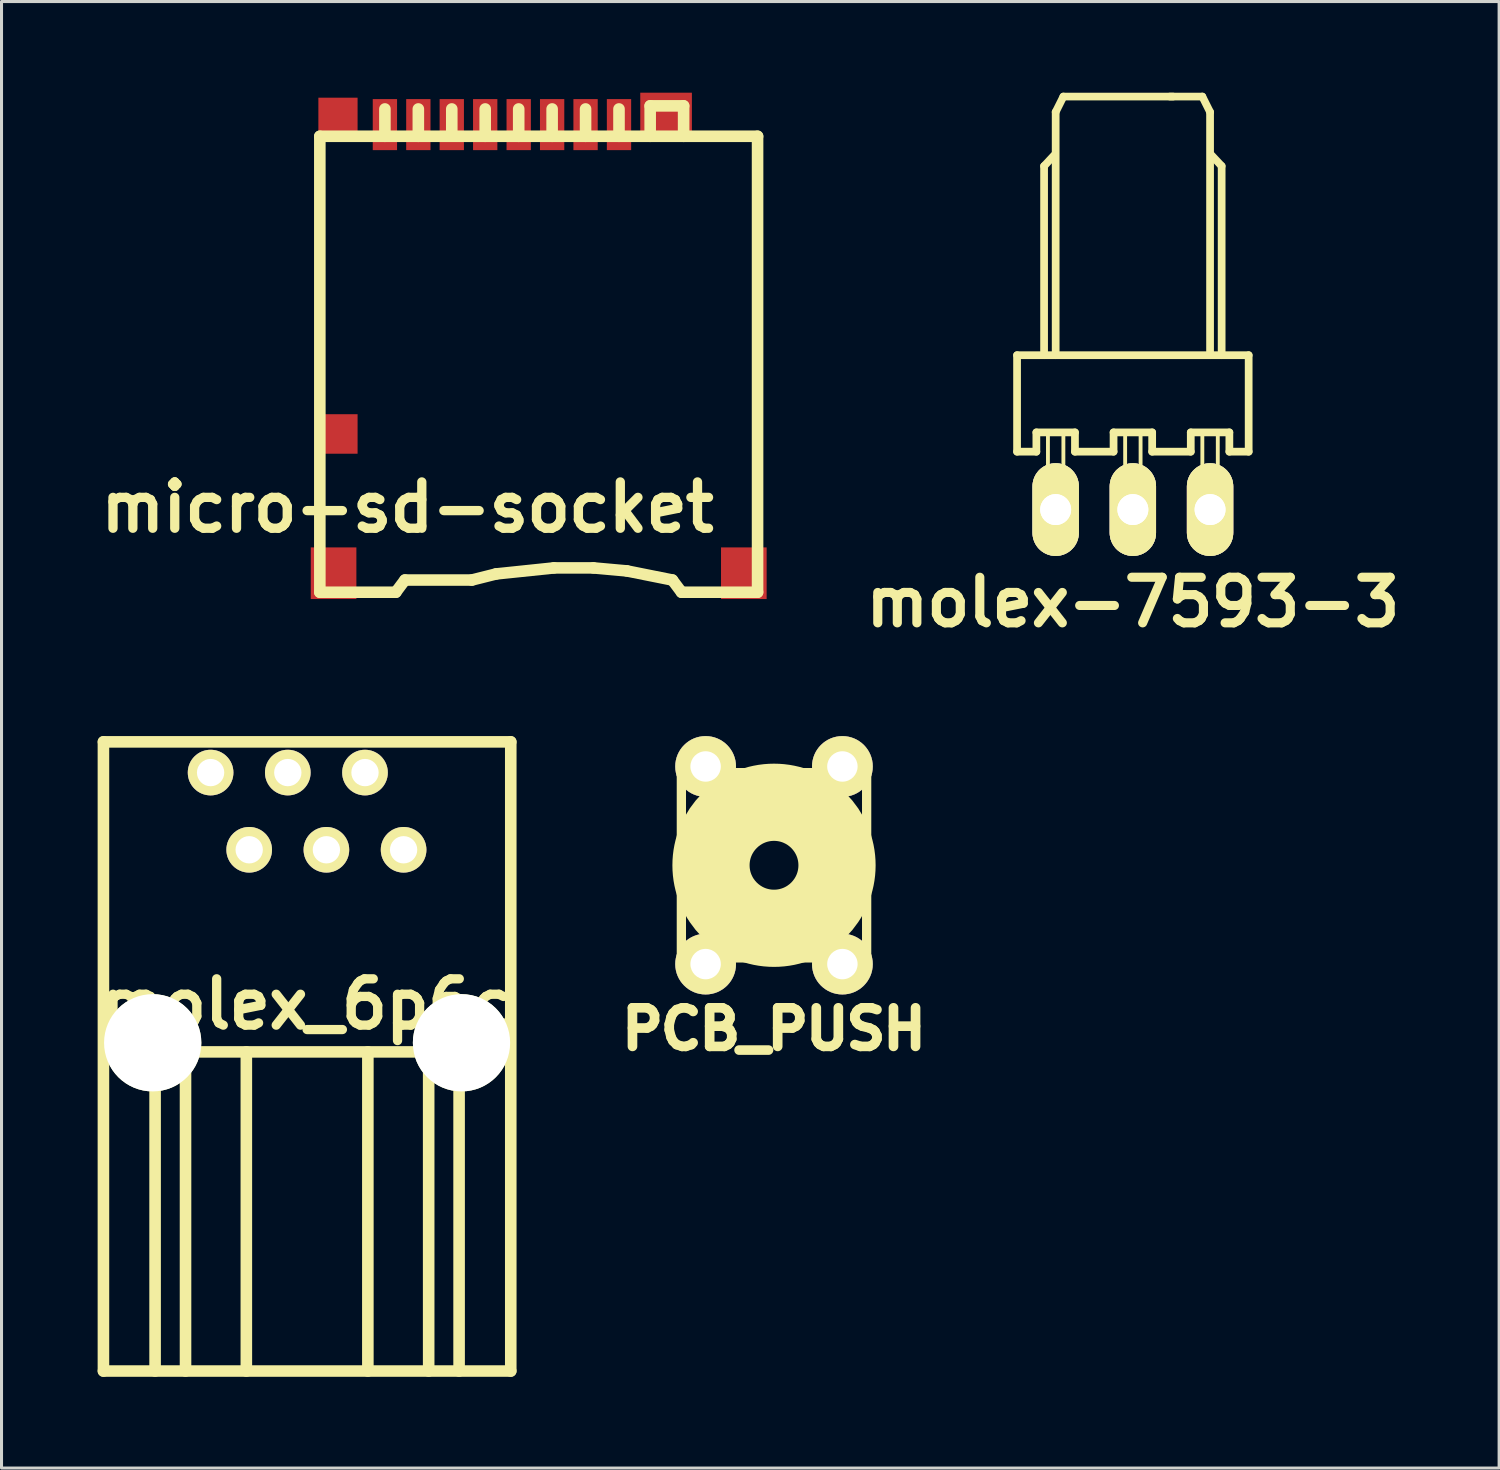
<source format=kicad_pcb>
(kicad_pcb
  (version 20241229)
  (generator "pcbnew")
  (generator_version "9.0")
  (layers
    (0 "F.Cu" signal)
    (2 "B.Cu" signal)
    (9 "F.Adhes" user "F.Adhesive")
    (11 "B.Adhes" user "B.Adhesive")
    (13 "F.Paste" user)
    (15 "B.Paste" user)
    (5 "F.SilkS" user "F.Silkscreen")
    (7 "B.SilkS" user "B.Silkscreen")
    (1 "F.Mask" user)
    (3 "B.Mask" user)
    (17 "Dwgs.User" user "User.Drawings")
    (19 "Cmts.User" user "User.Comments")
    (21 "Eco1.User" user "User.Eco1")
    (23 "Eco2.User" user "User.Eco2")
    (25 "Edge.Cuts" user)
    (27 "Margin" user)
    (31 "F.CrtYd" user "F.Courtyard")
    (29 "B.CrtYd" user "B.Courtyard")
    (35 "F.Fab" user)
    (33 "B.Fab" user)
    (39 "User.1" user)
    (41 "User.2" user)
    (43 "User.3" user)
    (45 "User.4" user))
  (footprint "molex_6p6c"
    (layer "F.Cu")
    (at 7.054 31.259)
    (property "Reference" "molex_6p6c" (at 0 -1.27 0) (layer "F.SilkS") (effects (font (size 1.524 1.524) (thickness 0.305))))
    (attr through_hole)
    (fp_line (start -6.701 -9.901) (end -6.701 10.8) (stroke (width 0.381) (type solid)) (layer "F.SilkS"))
    (fp_line (start -6.701 -9.901) (end 6.701 -9.901) (stroke (width 0.381) (type solid)) (layer "F.SilkS"))
    (fp_line (start -5.001 0.3) (end -5.001 10.8) (stroke (width 0.381) (type solid)) (layer "F.SilkS"))
    (fp_line (start -5.001 0.3) (end 5.001 0.3) (stroke (width 0.381) (type solid)) (layer "F.SilkS"))
    (fp_line (start -4 10.8) (end -4 0.3) (stroke (width 0.381) (type solid)) (layer "F.SilkS"))
    (fp_line (start -1.999 10.8) (end -1.999 0.3) (stroke (width 0.381) (type solid)) (layer "F.SilkS"))
    (fp_line (start 1.999 10.8) (end 1.999 0.3) (stroke (width 0.381) (type solid)) (layer "F.SilkS"))
    (fp_line (start 4 0.3) (end 4 10.8) (stroke (width 0.381) (type solid)) (layer "F.SilkS"))
    (fp_line (start 5.001 0.3) (end 5.001 10.8) (stroke (width 0.381) (type solid)) (layer "F.SilkS"))
    (fp_line (start 6.701 -9.901) (end 6.701 10.8) (stroke (width 0.381) (type solid)) (layer "F.SilkS"))
    (fp_line (start 6.701 10.8) (end -6.701 10.8) (stroke (width 0.381) (type solid)) (layer "F.SilkS"))
    (pad "" np_thru_hole circle (at -5.08 0) (size 3.2 3.2) (drill 3.2) (layers "*.Cu" "*.Mask" "F.SilkS"))
    (pad "" np_thru_hole circle (at 5.08 0) (size 3.2 3.2) (drill 3.2) (layers "*.Cu" "*.Mask" "F.SilkS"))
    (pad "1" thru_hole circle (at -3.175 -8.89) (size 1.501 1.501) (drill 0.899) (layers "*.Cu" "*.Mask" "F.SilkS"))
    (pad "2" thru_hole circle (at -1.905 -6.35) (size 1.501 1.501) (drill 0.899) (layers "*.Cu" "*.Mask" "F.SilkS"))
    (pad "3" thru_hole circle (at -0.635 -8.89) (size 1.501 1.501) (drill 0.899) (layers "*.Cu" "*.Mask" "F.SilkS"))
    (pad "4" thru_hole circle (at 0.635 -6.35) (size 1.501 1.501) (drill 0.899) (layers "*.Cu" "*.Mask" "F.SilkS"))
    (pad "5" thru_hole circle (at 1.905 -8.89) (size 1.501 1.501) (drill 0.899) (layers "*.Cu" "*.Mask" "F.SilkS"))
    (pad "6" thru_hole circle (at 3.175 -6.35) (size 1.501 1.501) (drill 0.899) (layers "*.Cu" "*.Mask" "F.SilkS")))
  (footprint "micro-sd-socket"
    (layer "F.Cu")
    (at 14.674 8.434)
    (property "Reference" "micro-sd-socket" (at -4.318 5.207 0) (layer "F.SilkS") (effects (font (size 1.524 1.524) (thickness 0.305))))
    (attr smd)
    (fp_line (start -7.201 -7) (end -7.201 8.001) (stroke (width 0.381) (type solid)) (layer "F.SilkS"))
    (fp_line (start -5.06 -7) (end -5.06 -7.899) (stroke (width 0.381) (type solid)) (layer "F.SilkS"))
    (fp_line (start -4.699 8.001) (end -7.201 8.001) (stroke (width 0.381) (type solid)) (layer "F.SilkS"))
    (fp_line (start -4.402 7.6) (end -4.702 8.001) (stroke (width 0.381) (type solid)) (layer "F.SilkS"))
    (fp_line (start -3.96 -7.899) (end -3.96 -7) (stroke (width 0.381) (type solid)) (layer "F.SilkS"))
    (fp_line (start -2.86 -7.899) (end -2.86 -7.099) (stroke (width 0.381) (type solid)) (layer "F.SilkS"))
    (fp_line (start -2.2 7.6) (end -4.399 7.6) (stroke (width 0.381) (type solid)) (layer "F.SilkS"))
    (fp_line (start -2.2 7.6) (end -1.4 7.399) (stroke (width 0.381) (type solid)) (layer "F.SilkS"))
    (fp_line (start -1.76 -7.899) (end -1.76 -7) (stroke (width 0.381) (type solid)) (layer "F.SilkS"))
    (fp_line (start -1.4 7.399) (end 0.5 7.201) (stroke (width 0.381) (type solid)) (layer "F.SilkS"))
    (fp_line (start -0.658 -7.899) (end -0.658 -7) (stroke (width 0.381) (type solid)) (layer "F.SilkS"))
    (fp_line (start 0.442 -7.899) (end 0.442 -7) (stroke (width 0.381) (type solid)) (layer "F.SilkS"))
    (fp_line (start 0.5 7.201) (end 1.801 7.201) (stroke (width 0.381) (type solid)) (layer "F.SilkS"))
    (fp_line (start 1.542 -7.899) (end 1.542 -7) (stroke (width 0.381) (type solid)) (layer "F.SilkS"))
    (fp_line (start 1.801 7.201) (end 2.901 7.3) (stroke (width 0.381) (type solid)) (layer "F.SilkS"))
    (fp_line (start 2.642 -7.899) (end 2.642 -7) (stroke (width 0.381) (type solid)) (layer "F.SilkS"))
    (fp_line (start 2.901 7.3) (end 4.399 7.6) (stroke (width 0.381) (type solid)) (layer "F.SilkS"))
    (fp_line (start 3.668 -7) (end 3.668 -8.001) (stroke (width 0.381) (type solid)) (layer "F.SilkS"))
    (fp_line (start 4.699 8.001) (end 4.399 7.6) (stroke (width 0.381) (type solid)) (layer "F.SilkS"))
    (fp_line (start 4.699 8.001) (end 7.201 8.001) (stroke (width 0.381) (type solid)) (layer "F.SilkS"))
    (fp_line (start 4.768 -8.001) (end 3.668 -8.001) (stroke (width 0.381) (type solid)) (layer "F.SilkS"))
    (fp_line (start 4.768 -8.001) (end 4.768 -7) (stroke (width 0.381) (type solid)) (layer "F.SilkS"))
    (fp_line (start 7.201 -7) (end -7.201 -7) (stroke (width 0.381) (type solid)) (layer "F.SilkS"))
    (fp_line (start 7.201 8.001) (end 7.201 -7) (stroke (width 0.381) (type solid)) (layer "F.SilkS"))
    (pad "1" smd rect (at 2.642 -7.384) (size 0.8 1.679) (layers "F.Cu" "F.Mask" "F.Paste"))
    (pad "2" smd rect (at 1.542 -7.384) (size 0.8 1.679) (layers "F.Cu" "F.Mask" "F.Paste"))
    (pad "3" smd rect (at 0.442 -7.384) (size 0.8 1.679) (layers "F.Cu" "F.Mask" "F.Paste"))
    (pad "4" smd rect (at -0.658 -7.384) (size 0.8 1.679) (layers "F.Cu" "F.Mask" "F.Paste"))
    (pad "5" smd rect (at -1.76 -7.384) (size 0.8 1.679) (layers "F.Cu" "F.Mask" "F.Paste"))
    (pad "6" smd rect (at -6.749 7.376) (size 1.501 1.699) (layers "F.Cu" "F.Mask" "F.Paste"))
    (pad "6" smd rect (at -2.86 -7.384) (size 0.8 1.679) (layers "F.Cu" "F.Mask" "F.Paste"))
    (pad "6" smd rect (at 4.191 -7.684) (size 1.699 1.501) (layers "F.Cu" "F.Mask" "F.Paste"))
    (pad "6" smd rect (at 6.749 7.376) (size 1.501 1.699) (layers "F.Cu" "F.Mask" "F.Paste"))
    (pad "7" smd rect (at -3.96 -7.384) (size 0.8 1.679) (layers "F.Cu" "F.Mask" "F.Paste"))
    (pad "8" smd rect (at -5.06 -7.384) (size 0.8 1.679) (layers "F.Cu" "F.Mask" "F.Paste"))
    (pad "CD1" smd rect (at -6.604 -7.62) (size 1.29 1.3) (layers "F.Cu" "F.Mask" "F.Paste"))
    (pad "CD2" smd rect (at -6.604 2.794) (size 1.29 1.3) (layers "F.Cu" "F.Mask" "F.Paste")))
  (footprint "PCB_PUSH"
    (layer "F.Cu")
    (at 22.416 25.419)
    (property "Reference" "PCB_PUSH" (at 0 5.388 0) (layer "F.SilkS") (effects (font (size 1.27 1.27) (thickness 0.318))))
    (attr through_hole)
    (fp_line (start -3.048 -3.048) (end 3.048 -3.048) (stroke (width 0.305) (type solid)) (layer "F.SilkS"))
    (fp_line (start -3.048 3.048) (end -3.048 -3.048) (stroke (width 0.305) (type solid)) (layer "F.SilkS"))
    (fp_line (start 3.048 -3.048) (end 3.048 3.048) (stroke (width 0.305) (type solid)) (layer "F.SilkS"))
    (fp_line (start 3.048 3.048) (end -3.048 3.048) (stroke (width 0.305) (type solid)) (layer "F.SilkS"))
    (fp_circle (center 0 0) (end -0.762 0.254) (stroke (width 2.54) (type solid)) (fill no) (layer "F.SilkS"))
    (pad "1" thru_hole circle (at -2.25 -3.251) (size 1.999 1.999) (drill 1.001) (layers "*.Cu" "*.Mask" "F.SilkS"))
    (pad "2" thru_hole circle (at 2.25 3.251) (size 1.999 1.999) (drill 1.001) (layers "*.Cu" "*.Mask" "F.SilkS"))
    (pad "3" thru_hole circle (at -2.25 3.251) (size 1.999 1.999) (drill 1.001) (layers "*.Cu" "*.Mask" "F.SilkS"))
    (pad "4" thru_hole circle (at 2.25 -3.251) (size 1.999 1.999) (drill 1.001) (layers "*.Cu" "*.Mask" "F.SilkS")))
  (footprint "molex-7593-3"
    (layer "F.Cu")
    (at 34.223 13.716)
    (property "Reference" "molex-7593-3" (at 0 3.048 0) (layer "F.SilkS") (effects (font (size 1.5 1.5) (thickness 0.3))))
    (attr exclude_from_pos_files exclude_from_bom)
    (fp_line (start -3.81 -5.08) (end -3.81 -1.905) (stroke (width 0.127) (type solid)) (layer "F.SilkS"))
    (fp_line (start -3.81 -5.08) (end -3.81 -1.905) (stroke (width 0.254) (type solid)) (layer "F.SilkS"))
    (fp_line (start -3.81 -1.905) (end -3.175 -1.905) (stroke (width 0.127) (type solid)) (layer "F.SilkS"))
    (fp_line (start -3.81 -1.905) (end -3.175 -1.905) (stroke (width 0.254) (type solid)) (layer "F.SilkS"))
    (fp_line (start -3.175 -2.54) (end -1.905 -2.54) (stroke (width 0.127) (type solid)) (layer "F.SilkS"))
    (fp_line (start -3.175 -2.54) (end -1.905 -2.54) (stroke (width 0.254) (type solid)) (layer "F.SilkS"))
    (fp_line (start -3.175 -1.905) (end -3.175 -2.54) (stroke (width 0.127) (type solid)) (layer "F.SilkS"))
    (fp_line (start -3.175 -1.905) (end -3.175 -2.54) (stroke (width 0.254) (type solid)) (layer "F.SilkS"))
    (fp_line (start -2.921 -11.303) (end -2.588 -11.659) (stroke (width 0.127) (type solid)) (layer "F.SilkS"))
    (fp_line (start -2.921 -11.303) (end -2.588 -11.659) (stroke (width 0.254) (type solid)) (layer "F.SilkS"))
    (fp_line (start -2.921 -5.08) (end -2.921 -11.303) (stroke (width 0.127) (type solid)) (layer "F.SilkS"))
    (fp_line (start -2.921 -5.08) (end -2.921 -11.303) (stroke (width 0.254) (type solid)) (layer "F.SilkS"))
    (fp_line (start -2.794 -2.515) (end -2.286 -2.515) (stroke (width 0.066) (type solid)) (layer "F.SilkS"))
    (fp_line (start -2.794 -2.515) (end -2.286 -2.515) (stroke (width 0.066) (type solid)) (layer "F.SilkS"))
    (fp_line (start -2.794 -0.279) (end -2.794 -2.515) (stroke (width 0.066) (type solid)) (layer "F.SilkS"))
    (fp_line (start -2.794 -0.279) (end -2.794 -2.515) (stroke (width 0.127) (type solid)) (layer "F.SilkS"))
    (fp_line (start -2.794 -0.279) (end -2.286 -0.279) (stroke (width 0.066) (type solid)) (layer "F.SilkS"))
    (fp_line (start -2.794 -0.279) (end -2.286 -0.279) (stroke (width 0.066) (type solid)) (layer "F.SilkS"))
    (fp_line (start -2.794 -0.254) (end -2.286 -0.254) (stroke (width 0.066) (type solid)) (layer "F.SilkS"))
    (fp_line (start -2.794 -0.254) (end -2.286 -0.254) (stroke (width 0.066) (type solid)) (layer "F.SilkS"))
    (fp_line (start -2.794 0.254) (end -2.794 -0.254) (stroke (width 0.066) (type solid)) (layer "F.SilkS"))
    (fp_line (start -2.794 0.254) (end -2.794 -0.254) (stroke (width 0.127) (type solid)) (layer "F.SilkS"))
    (fp_line (start -2.794 0.254) (end -2.286 0.254) (stroke (width 0.066) (type solid)) (layer "F.SilkS"))
    (fp_line (start -2.794 0.254) (end -2.286 0.254) (stroke (width 0.127) (type solid)) (layer "F.SilkS"))
    (fp_line (start -2.54 -13.081) (end -2.286 -13.589) (stroke (width 0.127) (type solid)) (layer "F.SilkS"))
    (fp_line (start -2.54 -13.081) (end -2.286 -13.589) (stroke (width 0.254) (type solid)) (layer "F.SilkS"))
    (fp_line (start -2.54 -5.08) (end -3.81 -5.08) (stroke (width 0.127) (type solid)) (layer "F.SilkS"))
    (fp_line (start -2.54 -5.08) (end -3.81 -5.08) (stroke (width 0.254) (type solid)) (layer "F.SilkS"))
    (fp_line (start -2.54 -5.08) (end -2.54 -13.081) (stroke (width 0.127) (type solid)) (layer "F.SilkS"))
    (fp_line (start -2.54 -5.08) (end -2.54 -13.081) (stroke (width 0.254) (type solid)) (layer "F.SilkS"))
    (fp_line (start -2.286 -13.589) (end 1.321 -13.589) (stroke (width 0.127) (type solid)) (layer "F.SilkS"))
    (fp_line (start -2.286 -13.589) (end 1.321 -13.589) (stroke (width 0.254) (type solid)) (layer "F.SilkS"))
    (fp_line (start -2.286 -0.279) (end -2.286 -2.515) (stroke (width 0.066) (type solid)) (layer "F.SilkS"))
    (fp_line (start -2.286 -0.279) (end -2.286 -2.515) (stroke (width 0.127) (type solid)) (layer "F.SilkS"))
    (fp_line (start -2.286 0.254) (end -2.286 -0.254) (stroke (width 0.066) (type solid)) (layer "F.SilkS"))
    (fp_line (start -2.286 0.254) (end -2.286 -0.254) (stroke (width 0.127) (type solid)) (layer "F.SilkS"))
    (fp_line (start -1.905 -2.54) (end -1.905 -1.905) (stroke (width 0.127) (type solid)) (layer "F.SilkS"))
    (fp_line (start -1.905 -2.54) (end -1.905 -1.905) (stroke (width 0.254) (type solid)) (layer "F.SilkS"))
    (fp_line (start -1.905 -1.905) (end -0.635 -1.905) (stroke (width 0.127) (type solid)) (layer "F.SilkS"))
    (fp_line (start -1.905 -1.905) (end -0.635 -1.905) (stroke (width 0.254) (type solid)) (layer "F.SilkS"))
    (fp_line (start -0.635 -2.54) (end 0.635 -2.54) (stroke (width 0.127) (type solid)) (layer "F.SilkS"))
    (fp_line (start -0.635 -2.54) (end 0.635 -2.54) (stroke (width 0.254) (type solid)) (layer "F.SilkS"))
    (fp_line (start -0.635 -1.905) (end -0.635 -2.54) (stroke (width 0.127) (type solid)) (layer "F.SilkS"))
    (fp_line (start -0.635 -1.905) (end -0.635 -2.54) (stroke (width 0.254) (type solid)) (layer "F.SilkS"))
    (fp_line (start -0.254 -2.515) (end 0.254 -2.515) (stroke (width 0.066) (type solid)) (layer "F.SilkS"))
    (fp_line (start -0.254 -2.515) (end 0.254 -2.515) (stroke (width 0.066) (type solid)) (layer "F.SilkS"))
    (fp_line (start -0.254 -0.279) (end -0.254 -2.515) (stroke (width 0.066) (type solid)) (layer "F.SilkS"))
    (fp_line (start -0.254 -0.279) (end -0.254 -2.515) (stroke (width 0.127) (type solid)) (layer "F.SilkS"))
    (fp_line (start -0.254 -0.279) (end 0.254 -0.279) (stroke (width 0.066) (type solid)) (layer "F.SilkS"))
    (fp_line (start -0.254 -0.279) (end 0.254 -0.279) (stroke (width 0.066) (type solid)) (layer "F.SilkS"))
    (fp_line (start -0.254 -0.254) (end 0.254 -0.254) (stroke (width 0.066) (type solid)) (layer "F.SilkS"))
    (fp_line (start -0.254 -0.254) (end 0.254 -0.254) (stroke (width 0.066) (type solid)) (layer "F.SilkS"))
    (fp_line (start -0.254 0.254) (end -0.254 -0.254) (stroke (width 0.066) (type solid)) (layer "F.SilkS"))
    (fp_line (start -0.254 0.254) (end -0.254 -0.254) (stroke (width 0.127) (type solid)) (layer "F.SilkS"))
    (fp_line (start -0.254 0.254) (end 0.254 0.254) (stroke (width 0.066) (type solid)) (layer "F.SilkS"))
    (fp_line (start -0.254 0.254) (end 0.254 0.254) (stroke (width 0.127) (type solid)) (layer "F.SilkS"))
    (fp_line (start 0 -5.08) (end 0.381 -5.08) (stroke (width 0.127) (type solid)) (layer "F.SilkS"))
    (fp_line (start 0 -5.08) (end 0.381 -5.08) (stroke (width 0.127) (type solid)) (layer "F.SilkS"))
    (fp_line (start 0.254 -0.279) (end 0.254 -2.515) (stroke (width 0.066) (type solid)) (layer "F.SilkS"))
    (fp_line (start 0.254 -0.279) (end 0.254 -2.515) (stroke (width 0.127) (type solid)) (layer "F.SilkS"))
    (fp_line (start 0.254 0.254) (end 0.254 -0.254) (stroke (width 0.066) (type solid)) (layer "F.SilkS"))
    (fp_line (start 0.254 0.254) (end 0.254 -0.254) (stroke (width 0.127) (type solid)) (layer "F.SilkS"))
    (fp_line (start 0.635 -2.54) (end 0.635 -1.905) (stroke (width 0.127) (type solid)) (layer "F.SilkS"))
    (fp_line (start 0.635 -2.54) (end 0.635 -1.905) (stroke (width 0.254) (type solid)) (layer "F.SilkS"))
    (fp_line (start 0.635 -1.905) (end 1.905 -1.905) (stroke (width 0.127) (type solid)) (layer "F.SilkS"))
    (fp_line (start 0.635 -1.905) (end 1.905 -1.905) (stroke (width 0.254) (type solid)) (layer "F.SilkS"))
    (fp_line (start 1.905 -2.54) (end 3.175 -2.54) (stroke (width 0.127) (type solid)) (layer "F.SilkS"))
    (fp_line (start 1.905 -2.54) (end 3.175 -2.54) (stroke (width 0.254) (type solid)) (layer "F.SilkS"))
    (fp_line (start 1.905 -1.905) (end 1.905 -2.54) (stroke (width 0.127) (type solid)) (layer "F.SilkS"))
    (fp_line (start 1.905 -1.905) (end 1.905 -2.54) (stroke (width 0.254) (type solid)) (layer "F.SilkS"))
    (fp_line (start 2.286 -13.589) (end 1.219 -13.589) (stroke (width 0.127) (type solid)) (layer "F.SilkS"))
    (fp_line (start 2.286 -13.589) (end 1.219 -13.589) (stroke (width 0.254) (type solid)) (layer "F.SilkS"))
    (fp_line (start 2.286 -2.515) (end 2.794 -2.515) (stroke (width 0.066) (type solid)) (layer "F.SilkS"))
    (fp_line (start 2.286 -2.515) (end 2.794 -2.515) (stroke (width 0.066) (type solid)) (layer "F.SilkS"))
    (fp_line (start 2.286 -0.279) (end 2.286 -2.515) (stroke (width 0.066) (type solid)) (layer "F.SilkS"))
    (fp_line (start 2.286 -0.279) (end 2.286 -2.515) (stroke (width 0.127) (type solid)) (layer "F.SilkS"))
    (fp_line (start 2.286 -0.279) (end 2.794 -0.279) (stroke (width 0.066) (type solid)) (layer "F.SilkS"))
    (fp_line (start 2.286 -0.279) (end 2.794 -0.279) (stroke (width 0.066) (type solid)) (layer "F.SilkS"))
    (fp_line (start 2.286 -0.254) (end 2.794 -0.254) (stroke (width 0.066) (type solid)) (layer "F.SilkS"))
    (fp_line (start 2.286 -0.254) (end 2.794 -0.254) (stroke (width 0.066) (type solid)) (layer "F.SilkS"))
    (fp_line (start 2.286 0.254) (end 2.286 -0.254) (stroke (width 0.066) (type solid)) (layer "F.SilkS"))
    (fp_line (start 2.286 0.254) (end 2.286 -0.254) (stroke (width 0.127) (type solid)) (layer "F.SilkS"))
    (fp_line (start 2.286 0.254) (end 2.794 0.254) (stroke (width 0.066) (type solid)) (layer "F.SilkS"))
    (fp_line (start 2.286 0.254) (end 2.794 0.254) (stroke (width 0.127) (type solid)) (layer "F.SilkS"))
    (fp_line (start 2.54 -13.081) (end 2.286 -13.589) (stroke (width 0.127) (type solid)) (layer "F.SilkS"))
    (fp_line (start 2.54 -13.081) (end 2.286 -13.589) (stroke (width 0.254) (type solid)) (layer "F.SilkS"))
    (fp_line (start 2.54 -5.08) (end 2.54 -13.081) (stroke (width 0.127) (type solid)) (layer "F.SilkS"))
    (fp_line (start 2.54 -5.08) (end 2.54 -13.081) (stroke (width 0.254) (type solid)) (layer "F.SilkS"))
    (fp_line (start 2.794 -0.279) (end 2.794 -2.515) (stroke (width 0.066) (type solid)) (layer "F.SilkS"))
    (fp_line (start 2.794 -0.279) (end 2.794 -2.515) (stroke (width 0.127) (type solid)) (layer "F.SilkS"))
    (fp_line (start 2.794 0.254) (end 2.794 -0.254) (stroke (width 0.066) (type solid)) (layer "F.SilkS"))
    (fp_line (start 2.794 0.254) (end 2.794 -0.254) (stroke (width 0.127) (type solid)) (layer "F.SilkS"))
    (fp_line (start 2.921 -11.303) (end 2.588 -11.659) (stroke (width 0.127) (type solid)) (layer "F.SilkS"))
    (fp_line (start 2.921 -11.303) (end 2.588 -11.659) (stroke (width 0.254) (type solid)) (layer "F.SilkS"))
    (fp_line (start 2.921 -5.08) (end -2.54 -5.08) (stroke (width 0.127) (type solid)) (layer "F.SilkS"))
    (fp_line (start 2.921 -5.08) (end -2.54 -5.08) (stroke (width 0.254) (type solid)) (layer "F.SilkS"))
    (fp_line (start 2.921 -5.08) (end 2.921 -11.303) (stroke (width 0.127) (type solid)) (layer "F.SilkS"))
    (fp_line (start 2.921 -5.08) (end 2.921 -11.303) (stroke (width 0.254) (type solid)) (layer "F.SilkS"))
    (fp_line (start 3.175 -2.54) (end 3.175 -1.905) (stroke (width 0.127) (type solid)) (layer "F.SilkS"))
    (fp_line (start 3.175 -2.54) (end 3.175 -1.905) (stroke (width 0.254) (type solid)) (layer "F.SilkS"))
    (fp_line (start 3.175 -1.905) (end 3.81 -1.905) (stroke (width 0.127) (type solid)) (layer "F.SilkS"))
    (fp_line (start 3.175 -1.905) (end 3.81 -1.905) (stroke (width 0.254) (type solid)) (layer "F.SilkS"))
    (fp_line (start 3.81 -5.08) (end 2.921 -5.08) (stroke (width 0.127) (type solid)) (layer "F.SilkS"))
    (fp_line (start 3.81 -5.08) (end 2.921 -5.08) (stroke (width 0.254) (type solid)) (layer "F.SilkS"))
    (fp_line (start 3.81 -1.905) (end 3.81 -5.08) (stroke (width 0.127) (type solid)) (layer "F.SilkS"))
    (fp_line (start 3.81 -1.905) (end 3.81 -5.08) (stroke (width 0.254) (type solid)) (layer "F.SilkS"))
    (pad "1" thru_hole oval (at 2.54 0) (size 1.524 3.048) (drill 1.016) (layers "*.Cu" "F.Mask" "F.SilkS" "F.Paste"))
    (pad "1" thru_hole oval (at 2.54 0) (size 1.524 3.048) (drill 1.016) (layers "*.Cu" "F.Mask" "F.SilkS" "F.Paste"))
    (pad "2" thru_hole oval (at 0 0) (size 1.524 3.048) (drill 1.016) (layers "*.Cu" "F.Mask" "F.SilkS" "F.Paste"))
    (pad "2" thru_hole oval (at 0 0) (size 1.524 3.048) (drill 1.016) (layers "*.Cu" "F.Mask" "F.SilkS" "F.Paste"))
    (pad "3" thru_hole oval (at -2.54 0) (size 1.524 3.048) (drill 1.016) (layers "*.Cu" "F.Mask" "F.SilkS" "F.Paste"))
    (pad "3" thru_hole oval (at -2.54 0) (size 1.524 3.048) (drill 1.016) (layers "*.Cu" "F.Mask" "F.SilkS" "F.Paste")))
  (gr_rect
    (start -3 -3)
    (end 46.273 45.25)
    (stroke (width 0.1) (type default))
    (fill no)
    (layer "Edge.Cuts")))
</source>
